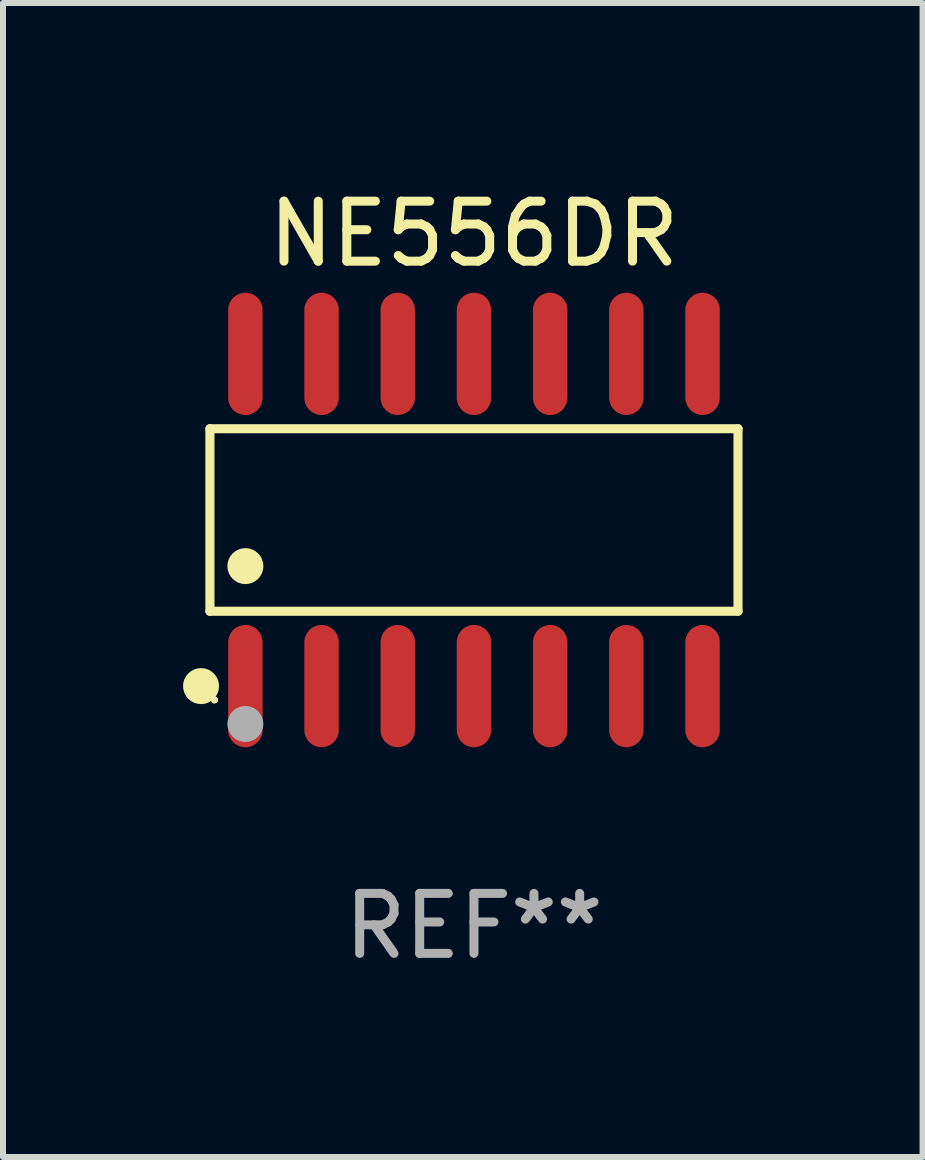
<source format=kicad_pcb>
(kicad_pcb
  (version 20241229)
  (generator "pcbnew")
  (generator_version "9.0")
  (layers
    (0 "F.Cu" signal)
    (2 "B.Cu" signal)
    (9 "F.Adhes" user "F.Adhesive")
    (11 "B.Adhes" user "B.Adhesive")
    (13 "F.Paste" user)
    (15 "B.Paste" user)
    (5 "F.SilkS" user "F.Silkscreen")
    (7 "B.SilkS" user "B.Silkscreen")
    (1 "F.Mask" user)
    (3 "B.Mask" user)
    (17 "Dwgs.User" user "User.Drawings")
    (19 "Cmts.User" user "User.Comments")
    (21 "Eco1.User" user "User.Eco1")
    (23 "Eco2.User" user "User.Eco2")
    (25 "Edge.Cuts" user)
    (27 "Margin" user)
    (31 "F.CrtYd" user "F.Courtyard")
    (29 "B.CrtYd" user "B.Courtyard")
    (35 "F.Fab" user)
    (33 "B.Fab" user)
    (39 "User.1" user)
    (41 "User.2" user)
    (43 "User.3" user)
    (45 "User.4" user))
  (footprint "NE556DR"
    (layer "F.Cu")
    (at 4.85 5.617)
    (property "Reference" "NE556DR" (at 0 -4.769 0) (layer "F.SilkS") (effects (font (size 1 1) (thickness 0.15))))
    (attr through_hole)
    (fp_line (start -4.401 -1.521) (end 4.401 -1.521) (stroke (width 0.152) (type solid)) (layer "F.SilkS"))
    (fp_line (start -4.401 1.521) (end -4.401 -1.521) (stroke (width 0.152) (type solid)) (layer "F.SilkS"))
    (fp_line (start 4.401 -1.521) (end 4.401 1.521) (stroke (width 0.152) (type solid)) (layer "F.SilkS"))
    (fp_line (start 4.401 1.521) (end -4.401 1.521) (stroke (width 0.152) (type solid)) (layer "F.SilkS"))
    (fp_circle (center -4.549 2.769) (end -4.399 2.769) (stroke (width 0.3) (type solid)) (fill no) (layer "F.SilkS"))
    (fp_circle (center -4.325 3) (end -4.295 3) (stroke (width 0.06) (type solid)) (fill no) (layer "F.SilkS"))
    (fp_circle (center -3.81 0.769) (end -3.66 0.769) (stroke (width 0.3) (type solid)) (fill no) (layer "F.SilkS"))
    (fp_circle (center -3.81 3.4) (end -3.66 3.4) (stroke (width 0.3) (type solid)) (fill no) (layer "F.Fab"))
    (fp_text user "REF**" (at 0 6.769 0) (layer "F.Fab") (effects (font (size 1 1) (thickness 0.15))))
    (pad "1" smd oval (at -3.81 2.769) (size 0.574 2.038) (layers "F.Cu" "F.Mask" "F.Paste"))
    (pad "2" smd oval (at -2.54 2.769) (size 0.574 2.038) (layers "F.Cu" "F.Mask" "F.Paste"))
    (pad "3" smd oval (at -1.27 2.769) (size 0.574 2.038) (layers "F.Cu" "F.Mask" "F.Paste"))
    (pad "4" smd oval (at 0 2.769) (size 0.574 2.038) (layers "F.Cu" "F.Mask" "F.Paste"))
    (pad "5" smd oval (at 1.27 2.769) (size 0.574 2.038) (layers "F.Cu" "F.Mask" "F.Paste"))
    (pad "6" smd oval (at 2.54 2.769) (size 0.574 2.038) (layers "F.Cu" "F.Mask" "F.Paste"))
    (pad "7" smd oval (at 3.81 2.769) (size 0.574 2.038) (layers "F.Cu" "F.Mask" "F.Paste"))
    (pad "8" smd oval (at 3.81 -2.769) (size 0.574 2.038) (layers "F.Cu" "F.Mask" "F.Paste"))
    (pad "9" smd oval (at 2.54 -2.769) (size 0.574 2.038) (layers "F.Cu" "F.Mask" "F.Paste"))
    (pad "10" smd oval (at 1.27 -2.769) (size 0.574 2.038) (layers "F.Cu" "F.Mask" "F.Paste"))
    (pad "11" smd oval (at 0 -2.769) (size 0.574 2.038) (layers "F.Cu" "F.Mask" "F.Paste"))
    (pad "12" smd oval (at -1.27 -2.769) (size 0.574 2.038) (layers "F.Cu" "F.Mask" "F.Paste"))
    (pad "13" smd oval (at -2.54 -2.769) (size 0.574 2.038) (layers "F.Cu" "F.Mask" "F.Paste"))
    (pad "14" smd oval (at -3.81 -2.769) (size 0.574 2.038) (layers "F.Cu" "F.Mask" "F.Paste")))
  (gr_rect
    (start -3 -3)
    (end 12.327 16.235)
    (stroke (width 0.1) (type default))
    (fill no)
    (layer "Edge.Cuts")))
</source>
